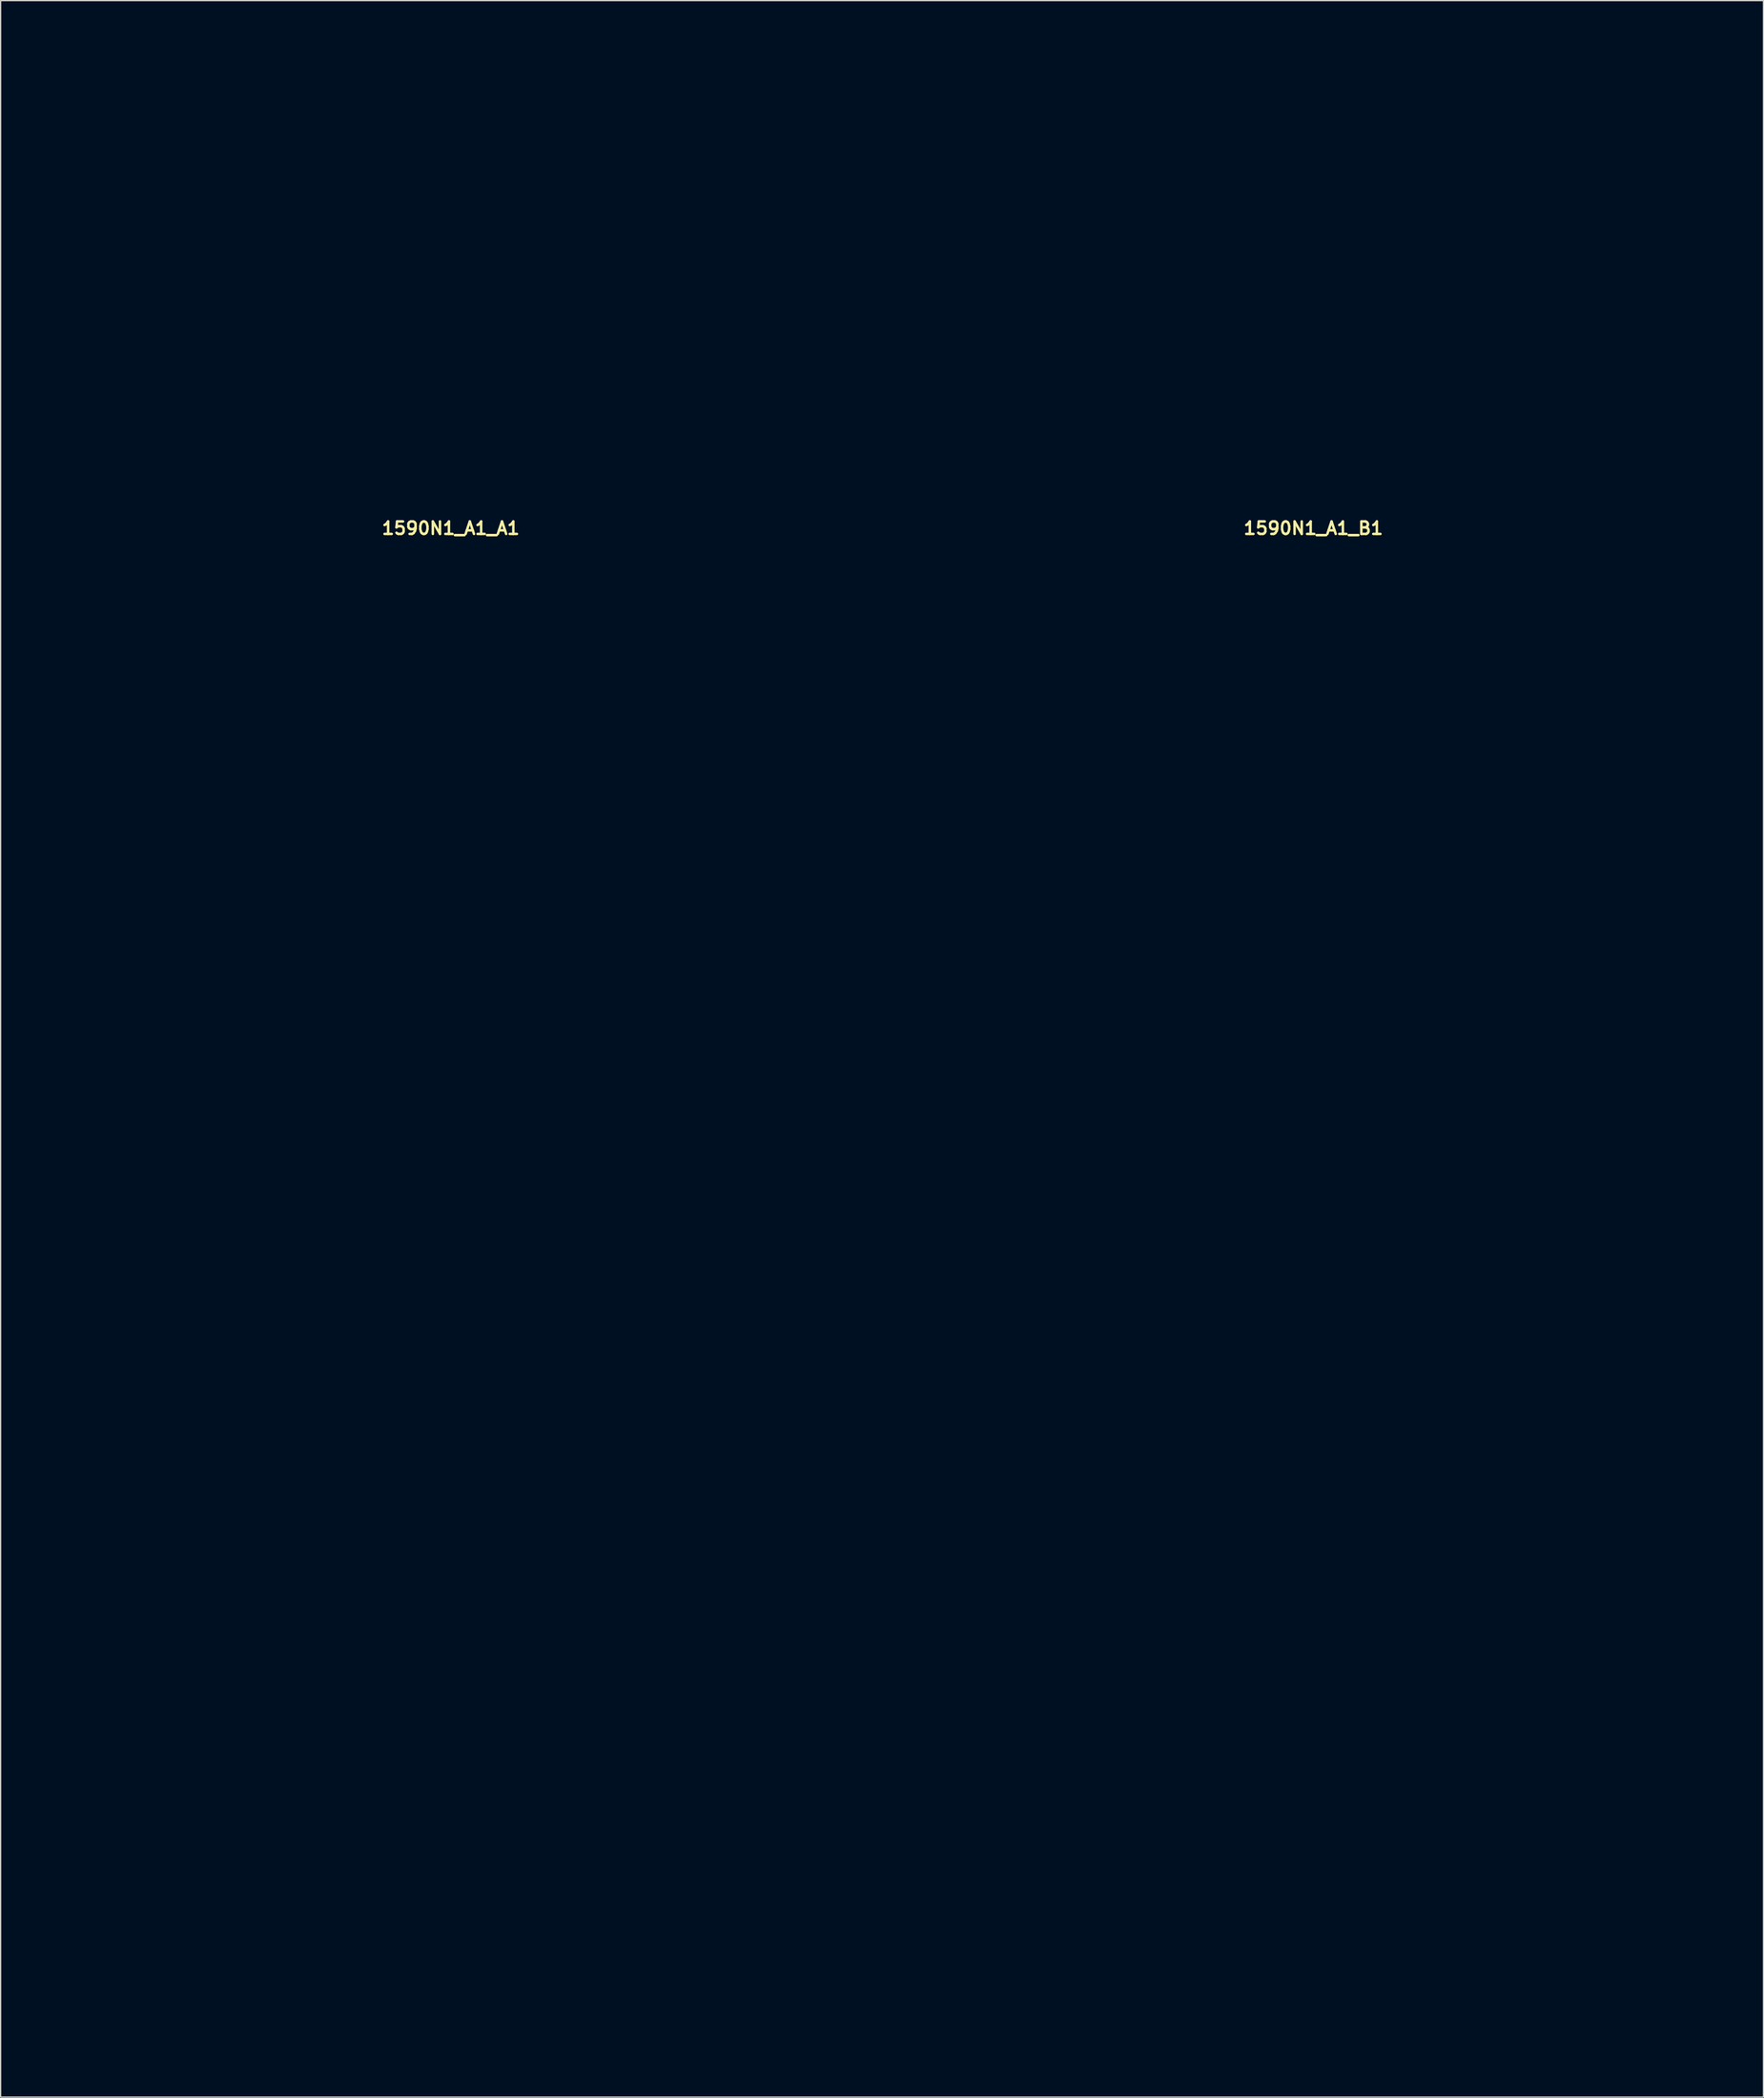
<source format=kicad_pcb>
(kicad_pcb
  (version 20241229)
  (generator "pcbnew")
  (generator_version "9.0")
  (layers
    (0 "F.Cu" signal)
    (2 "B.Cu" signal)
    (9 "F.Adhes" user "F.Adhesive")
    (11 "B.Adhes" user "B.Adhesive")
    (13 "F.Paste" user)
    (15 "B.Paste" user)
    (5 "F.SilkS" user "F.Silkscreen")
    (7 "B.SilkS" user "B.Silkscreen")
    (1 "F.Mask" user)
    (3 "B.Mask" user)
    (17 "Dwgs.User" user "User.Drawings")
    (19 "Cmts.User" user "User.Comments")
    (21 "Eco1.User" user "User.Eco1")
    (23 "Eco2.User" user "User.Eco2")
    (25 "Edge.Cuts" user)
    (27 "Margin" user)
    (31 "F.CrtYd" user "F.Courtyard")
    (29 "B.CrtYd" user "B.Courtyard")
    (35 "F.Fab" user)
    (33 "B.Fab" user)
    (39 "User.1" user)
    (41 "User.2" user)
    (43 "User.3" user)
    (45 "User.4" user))
  (footprint "1590N1_A1_A1"
    (layer "F.Cu")
    (at 32.95 100.6)
    (property "Reference" "1590N1_A1_A1" (at 0 -61.468 0) (layer "F.SilkS") (effects (font (size 1 1) (thickness 0.2))))
    (attr through_hole)
    (fp_line (start -32.75 -100.4) (end -32.75 -60.6) (stroke (width 0.4) (type solid)) (layer "Eco1.User"))
    (fp_line (start -32.75 -100.4) (end 32.75 -100.4) (stroke (width 0.4) (type solid)) (layer "Eco1.User"))
    (fp_line (start -32.75 -96.4) (end 32.75 -96.4) (stroke (width 0.4) (type solid)) (layer "Eco1.User"))
    (fp_line (start -32.75 -60.6) (end -32.75 60.6) (stroke (width 0.4) (type solid)) (layer "Eco1.User"))
    (fp_line (start -32.75 -60.6) (end 32.75 -60.6) (stroke (width 0.4) (type solid)) (layer "Eco1.User"))
    (fp_line (start -32.75 60.6) (end 32.75 60.6) (stroke (width 0.4) (type solid)) (layer "Eco1.User"))
    (fp_line (start -31.15 -59) (end -31.15 59) (stroke (width 0.4) (type solid)) (layer "Eco1.User"))
    (fp_line (start -31.15 -59) (end 31.15 -59) (stroke (width 0.4) (type solid)) (layer "Eco1.User"))
    (fp_line (start -31.15 -52) (end -27.75 -52) (stroke (width 0.4) (type solid)) (layer "Eco1.User"))
    (fp_line (start -31.15 52) (end -27.75 52) (stroke (width 0.4) (type solid)) (layer "Eco1.User"))
    (fp_line (start -31.15 59) (end 31.15 59) (stroke (width 0.4) (type solid)) (layer "Eco1.User"))
    (fp_line (start -24.75 -59) (end -24.75 -55) (stroke (width 0.4) (type solid)) (layer "Eco1.User"))
    (fp_line (start -24.75 55) (end -24.75 59) (stroke (width 0.4) (type solid)) (layer "Eco1.User"))
    (fp_line (start 24.75 -59) (end 24.75 -55) (stroke (width 0.4) (type solid)) (layer "Eco1.User"))
    (fp_line (start 24.75 55) (end 24.75 59) (stroke (width 0.4) (type solid)) (layer "Eco1.User"))
    (fp_line (start 27.75 -52) (end 31.15 -52) (stroke (width 0.4) (type solid)) (layer "Eco1.User"))
    (fp_line (start 27.75 52) (end 31.15 52) (stroke (width 0.4) (type solid)) (layer "Eco1.User"))
    (fp_line (start 31.15 -59) (end 31.15 59) (stroke (width 0.4) (type solid)) (layer "Eco1.User"))
    (fp_line (start 32.75 -100.4) (end 32.75 -60.6) (stroke (width 0.4) (type solid)) (layer "Eco1.User"))
    (fp_line (start 32.75 -60.6) (end 32.75 60.6) (stroke (width 0.4) (type solid)) (layer "Eco1.User"))
    (fp_arc (start -27.75 52) (mid -25.62868 52.87868) (end -24.75 55) (stroke (width 0.4) (type solid)) (layer "Eco1.User"))
    (fp_arc (start -24.75 -55) (mid -25.62868 -52.87868) (end -27.75 -52) (stroke (width 0.4) (type solid)) (layer "Eco1.User"))
    (fp_arc (start 24.75 55) (mid 25.62868 52.87868) (end 27.75 52) (stroke (width 0.4) (type solid)) (layer "Eco1.User"))
    (fp_arc (start 27.75 -52) (mid 25.62868 -52.87868) (end 24.75 -55) (stroke (width 0.4) (type solid)) (layer "Eco1.User"))
    (fp_circle (center -27.75 -55) (end -26 -55) (stroke (width 0.4) (type solid)) (fill no) (layer "Eco1.User"))
    (fp_circle (center -27.75 55) (end -26 55) (stroke (width 0.4) (type solid)) (fill no) (layer "Eco1.User"))
    (fp_circle (center -23.14 -31.55) (end -21.74 -31.55) (stroke (width 0.4) (type solid)) (fill no) (layer "Eco1.User"))
    (fp_circle (center -15.24 -86.9) (end -10.74 -86.9) (stroke (width 0.4) (type solid)) (fill no) (layer "Eco1.User"))
    (fp_circle (center -15.24 -31.55) (end -11.54 -31.55) (stroke (width 0.4) (type solid)) (fill no) (layer "Eco1.User"))
    (fp_circle (center -7.62 -1.27) (end -6.12 -1.27) (stroke (width 0.4) (type solid)) (fill no) (layer "Eco1.User"))
    (fp_circle (center 0 -86.9) (end 5.5 -86.9) (stroke (width 0.4) (type solid)) (fill no) (layer "Eco1.User"))
    (fp_circle (center 0 -1.27) (end 3 -1.27) (stroke (width 0.4) (type solid)) (fill no) (layer "Eco1.User"))
    (fp_circle (center 0 35.56) (end 6.5 35.56) (stroke (width 0.4) (type solid)) (fill no) (layer "Eco1.User"))
    (fp_circle (center 0 52.07) (end 2.65 52.07) (stroke (width 0.4) (type solid)) (fill no) (layer "Eco1.User"))
    (fp_circle (center 7.34 -31.55) (end 8.74 -31.55) (stroke (width 0.4) (type solid)) (fill no) (layer "Eco1.User"))
    (fp_circle (center 7.62 -1.27) (end 9.12 -1.27) (stroke (width 0.4) (type solid)) (fill no) (layer "Eco1.User"))
    (fp_circle (center 15.24 -86.9) (end 19.74 -86.9) (stroke (width 0.4) (type solid)) (fill no) (layer "Eco1.User"))
    (fp_circle (center 15.24 -31.55) (end 18.94 -31.55) (stroke (width 0.4) (type solid)) (fill no) (layer "Eco1.User"))
    (fp_circle (center 27.75 -55) (end 29.5 -55) (stroke (width 0.4) (type solid)) (fill no) (layer "Eco1.User"))
    (fp_circle (center 27.75 55) (end 29.5 55) (stroke (width 0.4) (type solid)) (fill no) (layer "Eco1.User")))
  (footprint "1590N1_A1_B1"
    (layer "F.Cu")
    (at 101.85 100.6)
    (property "Reference" "1590N1_A1_B1" (at 0 -61.468 0) (layer "F.SilkS") (effects (font (size 1 1) (thickness 0.2))))
    (attr through_hole)
    (fp_line (start -32.75 -100.4) (end -32.75 -60.6) (stroke (width 0.4) (type solid)) (layer "Eco1.User"))
    (fp_line (start -32.75 -100.4) (end 32.75 -100.4) (stroke (width 0.4) (type solid)) (layer "Eco1.User"))
    (fp_line (start -32.75 -96.4) (end 32.75 -96.4) (stroke (width 0.4) (type solid)) (layer "Eco1.User"))
    (fp_line (start -32.75 -60.6) (end -32.75 60.6) (stroke (width 0.4) (type solid)) (layer "Eco1.User"))
    (fp_line (start -32.75 -60.6) (end 32.75 -60.6) (stroke (width 0.4) (type solid)) (layer "Eco1.User"))
    (fp_line (start -32.75 60.6) (end 32.75 60.6) (stroke (width 0.4) (type solid)) (layer "Eco1.User"))
    (fp_line (start -31.15 -59) (end -31.15 59) (stroke (width 0.4) (type solid)) (layer "Eco1.User"))
    (fp_line (start -31.15 -59) (end 31.15 -59) (stroke (width 0.4) (type solid)) (layer "Eco1.User"))
    (fp_line (start -31.15 -52) (end -27.75 -52) (stroke (width 0.4) (type solid)) (layer "Eco1.User"))
    (fp_line (start -31.15 52) (end -27.75 52) (stroke (width 0.4) (type solid)) (layer "Eco1.User"))
    (fp_line (start -31.15 59) (end 31.15 59) (stroke (width 0.4) (type solid)) (layer "Eco1.User"))
    (fp_line (start -24.75 -59) (end -24.75 -55) (stroke (width 0.4) (type solid)) (layer "Eco1.User"))
    (fp_line (start -24.75 55) (end -24.75 59) (stroke (width 0.4) (type solid)) (layer "Eco1.User"))
    (fp_line (start 24.75 -59) (end 24.75 -55) (stroke (width 0.4) (type solid)) (layer "Eco1.User"))
    (fp_line (start 24.75 55) (end 24.75 59) (stroke (width 0.4) (type solid)) (layer "Eco1.User"))
    (fp_line (start 27.75 -52) (end 31.15 -52) (stroke (width 0.4) (type solid)) (layer "Eco1.User"))
    (fp_line (start 27.75 52) (end 31.15 52) (stroke (width 0.4) (type solid)) (layer "Eco1.User"))
    (fp_line (start 31.15 -59) (end 31.15 59) (stroke (width 0.4) (type solid)) (layer "Eco1.User"))
    (fp_line (start 32.75 -100.4) (end 32.75 -60.6) (stroke (width 0.4) (type solid)) (layer "Eco1.User"))
    (fp_line (start 32.75 -60.6) (end 32.75 60.6) (stroke (width 0.4) (type solid)) (layer "Eco1.User"))
    (fp_arc (start -27.75 52) (mid -25.62868 52.87868) (end -24.75 55) (stroke (width 0.4) (type solid)) (layer "Eco1.User"))
    (fp_arc (start -24.75 -55) (mid -25.62868 -52.87868) (end -27.75 -52) (stroke (width 0.4) (type solid)) (layer "Eco1.User"))
    (fp_arc (start 24.75 55) (mid 25.62868 52.87868) (end 27.75 52) (stroke (width 0.4) (type solid)) (layer "Eco1.User"))
    (fp_arc (start 27.75 -52) (mid 25.62868 -52.87868) (end 24.75 -55) (stroke (width 0.4) (type solid)) (layer "Eco1.User"))
    (fp_circle (center -28.22 -31.55) (end -26.82 -31.55) (stroke (width 0.4) (type solid)) (fill no) (layer "Eco1.User"))
    (fp_circle (center -27.75 -55) (end -26 -55) (stroke (width 0.4) (type solid)) (fill no) (layer "Eco1.User"))
    (fp_circle (center -27.75 55) (end -26 55) (stroke (width 0.4) (type solid)) (fill no) (layer "Eco1.User"))
    (fp_circle (center -20.32 -31.55) (end -16.62 -31.55) (stroke (width 0.4) (type solid)) (fill no) (layer "Eco1.User"))
    (fp_circle (center -15.24 -86.9) (end -10.54 -86.9) (stroke (width 0.4) (type solid)) (fill no) (layer "Eco1.User"))
    (fp_circle (center -7.9 -31.55) (end -6.5 -31.55) (stroke (width 0.4) (type solid)) (fill no) (layer "Eco1.User"))
    (fp_circle (center -7.62 -1.27) (end -6.12 -1.27) (stroke (width 0.4) (type solid)) (fill no) (layer "Eco1.User"))
    (fp_circle (center 0 -86.9) (end 5.5 -86.9) (stroke (width 0.4) (type solid)) (fill no) (layer "Eco1.User"))
    (fp_circle (center 0 -31.55) (end 3.7 -31.55) (stroke (width 0.4) (type solid)) (fill no) (layer "Eco1.User"))
    (fp_circle (center 0 -1.27) (end 3 -1.27) (stroke (width 0.4) (type solid)) (fill no) (layer "Eco1.User"))
    (fp_circle (center 0 35.56) (end 6.5 35.56) (stroke (width 0.4) (type solid)) (fill no) (layer "Eco1.User"))
    (fp_circle (center 0 52.07) (end 2.65 52.07) (stroke (width 0.4) (type solid)) (fill no) (layer "Eco1.User"))
    (fp_circle (center 7.62 -1.27) (end 9.12 -1.27) (stroke (width 0.4) (type solid)) (fill no) (layer "Eco1.User"))
    (fp_circle (center 12.42 -31.55) (end 13.82 -31.55) (stroke (width 0.4) (type solid)) (fill no) (layer "Eco1.User"))
    (fp_circle (center 15.24 -86.9) (end 19.94 -86.9) (stroke (width 0.4) (type solid)) (fill no) (layer "Eco1.User"))
    (fp_circle (center 20.32 -31.55) (end 24.02 -31.55) (stroke (width 0.4) (type solid)) (fill no) (layer "Eco1.User"))
    (fp_circle (center 27.75 -55) (end 29.5 -55) (stroke (width 0.4) (type solid)) (fill no) (layer "Eco1.User"))
    (fp_circle (center 27.75 55) (end 29.5 55) (stroke (width 0.4) (type solid)) (fill no) (layer "Eco1.User")))
  (gr_rect
    (start -3 -3)
    (end 137.8 164.4)
    (stroke (width 0.1) (type default))
    (fill no)
    (layer "Edge.Cuts")))
</source>
